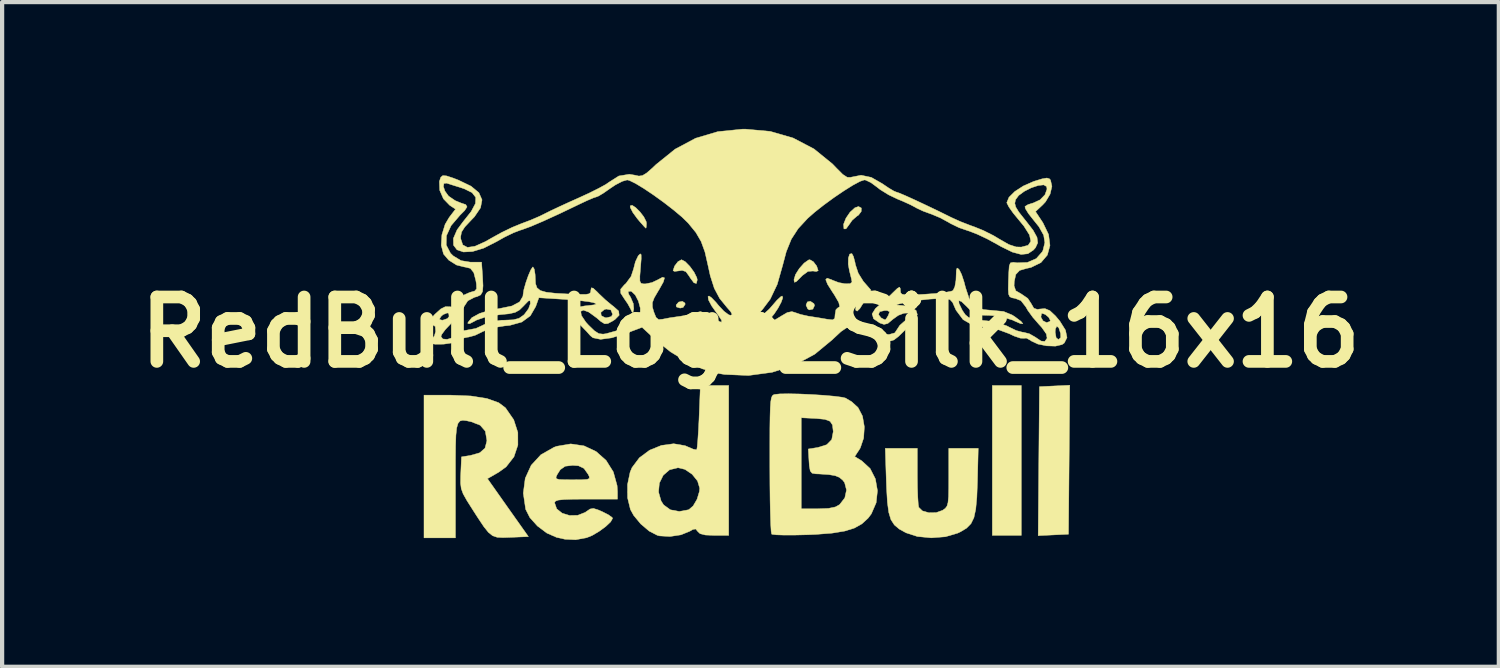
<source format=kicad_pcb>
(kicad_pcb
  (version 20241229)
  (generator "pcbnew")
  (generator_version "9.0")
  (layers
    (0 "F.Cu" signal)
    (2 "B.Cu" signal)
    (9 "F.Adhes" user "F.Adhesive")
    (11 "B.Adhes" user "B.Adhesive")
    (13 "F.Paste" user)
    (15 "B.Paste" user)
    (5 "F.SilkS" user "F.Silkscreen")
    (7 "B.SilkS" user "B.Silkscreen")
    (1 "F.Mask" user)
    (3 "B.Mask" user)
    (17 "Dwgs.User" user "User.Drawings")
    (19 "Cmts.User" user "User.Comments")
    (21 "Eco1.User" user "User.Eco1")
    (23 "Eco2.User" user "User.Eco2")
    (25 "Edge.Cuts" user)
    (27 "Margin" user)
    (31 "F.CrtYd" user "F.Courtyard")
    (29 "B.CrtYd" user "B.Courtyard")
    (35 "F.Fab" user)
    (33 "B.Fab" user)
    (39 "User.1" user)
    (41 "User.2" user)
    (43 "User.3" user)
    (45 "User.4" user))
  (footprint "RedBull_Logo_Silk_16x16"
    (layer "F.Cu")
    (at 14.703 4.81)
    (property "Reference" "RedBull_Logo_Silk_16x16" (at 0 0 0) (layer "F.SilkS") (effects (font (size 1.524 1.524) (thickness 0.3))))
    (attr through_hole)
    (fp_poly (pts (xy 6.407 4.805) (xy 5.721 4.805) (xy 5.721 1.259) (xy 6.407 1.259) (xy 6.407 4.805)) (stroke (width 0.01) (type solid)) (fill yes) (layer "F.SilkS"))
    (fp_poly (pts (xy -1.55 -0.692) (xy -1.545 -0.662) (xy -1.593 -0.588) (xy -1.664 -0.572) (xy -1.751 -0.599) (xy -1.759 -0.644) (xy -1.698 -0.715) (xy -1.611 -0.732) (xy -1.55 -0.692)) (stroke (width 0.01) (type solid)) (fill yes) (layer "F.SilkS"))
    (fp_poly (pts (xy 1.501 -0.678) (xy 1.516 -0.633) (xy 1.476 -0.548) (xy 1.394 -0.529) (xy 1.355 -0.552) (xy 1.314 -0.643) (xy 1.346 -0.718) (xy 1.416 -0.733) (xy 1.501 -0.678)) (stroke (width 0.01) (type solid)) (fill yes) (layer "F.SilkS"))
    (fp_poly (pts (xy 7.538 3.015) (xy 7.523 4.777) (xy 7.164 4.794) (xy 6.806 4.811) (xy 6.821 3.049) (xy 6.836 1.287) (xy 7.195 1.27) (xy 7.553 1.253) (xy 7.538 3.015)) (stroke (width 0.01) (type solid)) (fill yes) (layer "F.SilkS"))
    (fp_poly (pts (xy -2.714 -2.948) (xy -2.614 -2.848) (xy -2.524 -2.731) (xy -2.468 -2.621) (xy -2.46 -2.579) (xy -2.466 -2.484) (xy -2.474 -2.461) (xy -2.515 -2.502) (xy -2.606 -2.604) (xy -2.679 -2.691) (xy -2.783 -2.834) (xy -2.841 -2.948) (xy -2.846 -2.99) (xy -2.799 -3.004) (xy -2.714 -2.948)) (stroke (width 0.01) (type solid)) (fill yes) (layer "F.SilkS"))
    (fp_poly (pts (xy 2.623 -2.939) (xy 2.62 -2.857) (xy 2.555 -2.771) (xy 2.518 -2.747) (xy 2.407 -2.651) (xy 2.326 -2.536) (xy 2.26 -2.447) (xy 2.211 -2.445) (xy 2.211 -2.447) (xy 2.202 -2.555) (xy 2.259 -2.699) (xy 2.356 -2.841) (xy 2.47 -2.945) (xy 2.556 -2.975) (xy 2.623 -2.939)) (stroke (width 0.01) (type solid)) (fill yes) (layer "F.SilkS"))
    (fp_poly (pts (xy -1.544 -1.671) (xy -1.435 -1.56) (xy -1.334 -1.421) (xy -1.269 -1.291) (xy -1.259 -1.239) (xy -1.28 -1.154) (xy -1.338 -1.171) (xy -1.425 -1.287) (xy -1.443 -1.318) (xy -1.527 -1.434) (xy -1.617 -1.465) (xy -1.686 -1.454) (xy -1.793 -1.44) (xy -1.831 -1.456) (xy -1.795 -1.566) (xy -1.716 -1.67) (xy -1.632 -1.716) (xy -1.631 -1.716) (xy -1.544 -1.671)) (stroke (width 0.01) (type solid)) (fill yes) (layer "F.SilkS"))
    (fp_poly (pts (xy 1.487 -1.67) (xy 1.566 -1.567) (xy 1.602 -1.458) (xy 1.602 -1.456) (xy 1.556 -1.438) (xy 1.479 -1.449) (xy 1.36 -1.44) (xy 1.227 -1.342) (xy 1.193 -1.307) (xy 1.091 -1.204) (xy 1.043 -1.181) (xy 1.03 -1.231) (xy 1.03 -1.248) (xy 1.066 -1.367) (xy 1.156 -1.509) (xy 1.269 -1.636) (xy 1.374 -1.71) (xy 1.405 -1.716) (xy 1.487 -1.67)) (stroke (width 0.01) (type solid)) (fill yes) (layer "F.SilkS"))
    (fp_poly (pts (xy 3.947 3.399) (xy 3.95 3.668) (xy 3.958 3.9) (xy 3.969 4.068) (xy 3.981 4.141) (xy 4.068 4.226) (xy 4.22 4.269) (xy 4.394 4.266) (xy 4.547 4.211) (xy 4.548 4.21) (xy 4.609 4.166) (xy 4.649 4.112) (xy 4.673 4.027) (xy 4.686 3.89) (xy 4.69 3.678) (xy 4.691 3.431) (xy 4.691 2.746) (xy 5.388 2.746) (xy 5.369 3.535) (xy 5.355 3.907) (xy 5.329 4.184) (xy 5.286 4.385) (xy 5.216 4.528) (xy 5.112 4.634) (xy 4.969 4.72) (xy 4.901 4.752) (xy 4.611 4.837) (xy 4.277 4.863) (xy 3.948 4.831) (xy 3.68 4.744) (xy 3.52 4.656) (xy 3.404 4.558) (xy 3.323 4.433) (xy 3.271 4.26) (xy 3.239 4.02) (xy 3.22 3.692) (xy 3.214 3.533) (xy 3.189 2.746) (xy 3.947 2.746) (xy 3.947 3.399)) (stroke (width 0.01) (type solid)) (fill yes) (layer "F.SilkS"))
    (fp_poly (pts (xy -6.617 1.507) (xy -6.235 1.567) (xy -5.955 1.667) (xy -5.796 1.787) (xy -5.6 2.07) (xy -5.503 2.37) (xy -5.502 2.668) (xy -5.595 2.946) (xy -5.78 3.183) (xy -5.957 3.311) (xy -6.222 3.463) (xy -5.738 4.149) (xy -5.253 4.834) (xy -5.669 4.851) (xy -5.855 4.857) (xy -5.992 4.85) (xy -6.1 4.813) (xy -6.199 4.734) (xy -6.308 4.598) (xy -6.447 4.39) (xy -6.571 4.197) (xy -6.709 3.979) (xy -6.796 3.824) (xy -6.842 3.698) (xy -6.858 3.568) (xy -6.856 3.4) (xy -6.853 3.34) (xy -6.836 2.948) (xy -6.625 2.914) (xy -6.404 2.851) (xy -6.28 2.742) (xy -6.236 2.573) (xy -6.236 2.55) (xy -6.273 2.339) (xy -6.394 2.199) (xy -6.602 2.118) (xy -6.717 2.092) (xy -6.806 2.082) (xy -6.872 2.099) (xy -6.919 2.156) (xy -6.95 2.265) (xy -6.968 2.439) (xy -6.976 2.689) (xy -6.979 3.029) (xy -6.979 3.47) (xy -6.979 3.496) (xy -6.979 4.863) (xy -7.723 4.863) (xy -7.723 1.487) (xy -7.104 1.487) (xy -6.617 1.507)) (stroke (width 0.01) (type solid)) (fill yes) (layer "F.SilkS"))
    (fp_poly (pts (xy -0.515 4.805) (xy -0.855 4.805) (xy -1.069 4.796) (xy -1.193 4.764) (xy -1.247 4.713) (xy -1.296 4.653) (xy -1.364 4.665) (xy -1.436 4.707) (xy -1.646 4.792) (xy -1.903 4.831) (xy -2.149 4.817) (xy -2.204 4.803) (xy -2.397 4.703) (xy -2.596 4.534) (xy -2.763 4.332) (xy -2.84 4.192) (xy -2.907 3.917) (xy -2.908 3.779) (xy -2.175 3.779) (xy -2.114 3.991) (xy -2.055 4.083) (xy -1.896 4.199) (xy -1.684 4.239) (xy -1.461 4.198) (xy -1.356 4.108) (xy -1.263 3.949) (xy -1.208 3.766) (xy -1.201 3.688) (xy -1.252 3.518) (xy -1.38 3.359) (xy -1.551 3.243) (xy -1.714 3.204) (xy -1.914 3.253) (xy -2.064 3.383) (xy -2.155 3.567) (xy -2.175 3.779) (xy -2.908 3.779) (xy -2.909 3.604) (xy -2.847 3.309) (xy -2.802 3.201) (xy -2.628 2.969) (xy -2.387 2.79) (xy -2.106 2.676) (xy -1.816 2.637) (xy -1.546 2.683) (xy -1.484 2.71) (xy -1.356 2.765) (xy -1.277 2.781) (xy -1.271 2.778) (xy -1.26 2.714) (xy -1.246 2.558) (xy -1.231 2.332) (xy -1.217 2.059) (xy -1.215 2.005) (xy -1.185 1.259) (xy -0.515 1.259) (xy -0.515 4.805)) (stroke (width 0.01) (type solid)) (fill yes) (layer "F.SilkS"))
    (fp_poly (pts (xy -3.937 2.687) (xy -3.652 2.821) (xy -3.415 3.031) (xy -3.244 3.304) (xy -3.155 3.627) (xy -3.146 3.768) (xy -3.146 3.947) (xy -3.89 3.947) (xy -4.2 3.949) (xy -4.412 3.956) (xy -4.544 3.97) (xy -4.612 3.994) (xy -4.634 4.028) (xy -4.634 4.033) (xy -4.584 4.177) (xy -4.455 4.28) (xy -4.279 4.334) (xy -4.086 4.33) (xy -3.908 4.26) (xy -3.884 4.242) (xy -3.794 4.181) (xy -3.716 4.167) (xy -3.606 4.201) (xy -3.504 4.245) (xy -3.36 4.318) (xy -3.273 4.381) (xy -3.261 4.401) (xy -3.307 4.484) (xy -3.424 4.595) (xy -3.581 4.71) (xy -3.747 4.808) (xy -3.874 4.859) (xy -4.135 4.908) (xy -4.389 4.896) (xy -4.586 4.852) (xy -4.818 4.75) (xy -5.04 4.583) (xy -5.219 4.384) (xy -5.318 4.188) (xy -5.374 3.806) (xy -5.328 3.454) (xy -5.315 3.426) (xy -4.6 3.426) (xy -4.592 3.464) (xy -4.524 3.483) (xy -4.377 3.489) (xy -4.205 3.49) (xy -3.986 3.488) (xy -3.862 3.48) (xy -3.811 3.457) (xy -3.814 3.412) (xy -3.839 3.361) (xy -3.939 3.22) (xy -4.069 3.158) (xy -4.205 3.148) (xy -4.384 3.169) (xy -4.5 3.251) (xy -4.57 3.361) (xy -4.6 3.426) (xy -5.315 3.426) (xy -5.188 3.147) (xy -4.959 2.898) (xy -4.648 2.721) (xy -4.582 2.697) (xy -4.253 2.641) (xy -3.937 2.687)) (stroke (width 0.01) (type solid)) (fill yes) (layer "F.SilkS"))
    (fp_poly (pts (xy 1.163 1.46) (xy 1.45 1.473) (xy 1.732 1.491) (xy 1.981 1.513) (xy 2.167 1.537) (xy 2.247 1.556) (xy 2.392 1.642) (xy 2.534 1.771) (xy 2.547 1.785) (xy 2.65 1.984) (xy 2.694 2.238) (xy 2.677 2.503) (xy 2.599 2.734) (xy 2.577 2.771) (xy 2.466 2.94) (xy 2.632 3.041) (xy 2.83 3.223) (xy 2.955 3.468) (xy 3.004 3.748) (xy 2.973 4.033) (xy 2.859 4.296) (xy 2.782 4.398) (xy 2.636 4.532) (xy 2.458 4.632) (xy 2.229 4.703) (xy 1.929 4.752) (xy 1.543 4.782) (xy 1.351 4.79) (xy 1.057 4.797) (xy 0.805 4.798) (xy 0.616 4.792) (xy 0.513 4.78) (xy 0.501 4.774) (xy 0.489 4.707) (xy 0.479 4.541) (xy 0.471 4.29) (xy 0.468 4.176) (xy 1.201 4.176) (xy 1.595 4.176) (xy 1.846 4.166) (xy 2.012 4.131) (xy 2.11 4.076) (xy 2.232 3.917) (xy 2.272 3.731) (xy 2.227 3.557) (xy 2.18 3.496) (xy 2.102 3.432) (xy 2.003 3.392) (xy 1.854 3.367) (xy 1.627 3.352) (xy 1.545 3.349) (xy 1.459 3.334) (xy 1.414 3.281) (xy 1.392 3.159) (xy 1.385 3.052) (xy 1.368 2.761) (xy 1.592 2.726) (xy 1.804 2.66) (xy 1.922 2.54) (xy 1.958 2.352) (xy 1.957 2.336) (xy 1.94 2.192) (xy 1.883 2.106) (xy 1.762 2.06) (xy 1.553 2.039) (xy 1.525 2.038) (xy 1.201 2.022) (xy 1.201 4.176) (xy 0.468 4.176) (xy 0.464 3.97) (xy 0.46 3.595) (xy 0.458 3.181) (xy 0.458 3.115) (xy 0.458 2.643) (xy 0.459 2.273) (xy 0.463 1.993) (xy 0.469 1.788) (xy 0.479 1.648) (xy 0.494 1.558) (xy 0.514 1.507) (xy 0.541 1.482) (xy 0.572 1.471) (xy 0.695 1.458) (xy 0.901 1.455) (xy 1.163 1.46)) (stroke (width 0.01) (type solid)) (fill yes) (layer "F.SilkS"))
    (fp_poly (pts (xy 0.468 -4.752) (xy 1.01 -4.595) (xy 1.503 -4.337) (xy 1.94 -3.982) (xy 2.037 -3.881) (xy 2.184 -3.734) (xy 2.289 -3.666) (xy 2.373 -3.665) (xy 2.38 -3.668) (xy 2.617 -3.715) (xy 2.858 -3.664) (xy 3.114 -3.518) (xy 3.271 -3.412) (xy 3.394 -3.339) (xy 3.446 -3.318) (xy 3.517 -3.294) (xy 3.671 -3.229) (xy 3.887 -3.131) (xy 4.145 -3.01) (xy 4.426 -2.876) (xy 4.708 -2.737) (xy 4.748 -2.717) (xy 4.967 -2.618) (xy 5.212 -2.523) (xy 5.295 -2.494) (xy 5.508 -2.408) (xy 5.749 -2.287) (xy 5.896 -2.199) (xy 6.113 -2.075) (xy 6.284 -2.019) (xy 6.407 -2.015) (xy 6.569 -2.058) (xy 6.633 -2.153) (xy 6.6 -2.304) (xy 6.469 -2.511) (xy 6.353 -2.652) (xy 6.214 -2.821) (xy 6.112 -2.966) (xy 6.065 -3.06) (xy 6.064 -3.068) (xy 6.115 -3.193) (xy 6.253 -3.33) (xy 6.454 -3.46) (xy 6.694 -3.566) (xy 6.712 -3.572) (xy 6.901 -3.63) (xy 7.012 -3.649) (xy 7.073 -3.63) (xy 7.098 -3.6) (xy 7.131 -3.453) (xy 7.088 -3.269) (xy 6.98 -3.086) (xy 6.914 -3.015) (xy 6.743 -2.855) (xy 6.918 -2.591) (xy 7.052 -2.313) (xy 7.085 -2.053) (xy 7.023 -1.826) (xy 6.871 -1.648) (xy 6.635 -1.533) (xy 6.533 -1.511) (xy 6.367 -1.463) (xy 6.276 -1.367) (xy 6.24 -1.197) (xy 6.236 -1.098) (xy 6.276 -0.982) (xy 6.402 -0.909) (xy 6.56 -0.801) (xy 6.637 -0.683) (xy 6.704 -0.568) (xy 6.789 -0.54) (xy 6.839 -0.549) (xy 6.966 -0.56) (xy 7.083 -0.511) (xy 7.215 -0.387) (xy 7.318 -0.264) (xy 7.452 -0.05) (xy 7.488 0.125) (xy 7.424 0.253) (xy 7.371 0.291) (xy 7.214 0.328) (xy 7.006 0.321) (xy 6.799 0.279) (xy 6.644 0.206) (xy 6.63 0.194) (xy 6.528 0.138) (xy 6.466 0.142) (xy 6.384 0.139) (xy 6.24 0.09) (xy 6.12 0.033) (xy 5.784 -0.091) (xy 5.571 -0.114) (xy 5.269 -0.162) (xy 5.029 -0.3) (xy 4.863 -0.522) (xy 4.84 -0.573) (xy 4.782 -0.706) (xy 4.72 -0.773) (xy 4.616 -0.796) (xy 4.448 -0.797) (xy 4.229 -0.784) (xy 3.961 -0.753) (xy 3.747 -0.718) (xy 3.552 -0.679) (xy 3.462 -0.656) (xy 3.467 -0.643) (xy 3.561 -0.636) (xy 3.578 -0.636) (xy 3.793 -0.601) (xy 3.918 -0.515) (xy 3.947 -0.42) (xy 3.91 -0.346) (xy 3.81 -0.219) (xy 3.67 -0.066) (xy 3.659 -0.055) (xy 3.503 0.097) (xy 3.394 0.181) (xy 3.304 0.21) (xy 3.203 0.201) (xy 3.187 0.198) (xy 3.019 0.151) (xy 2.796 0.075) (xy 2.565 -0.014) (xy 2.377 -0.096) (xy 2.346 -0.111) (xy 2.268 -0.103) (xy 2.142 -0.017) (xy 1.958 0.154) (xy 1.936 0.176) (xy 1.52 0.519) (xy 1.04 0.778) (xy 0.512 0.947) (xy -0.045 1.022) (xy -0.613 0.998) (xy -0.798 0.967) (xy -1.145 0.863) (xy -1.521 0.688) (xy -1.888 0.465) (xy -2.207 0.213) (xy -2.213 0.208) (xy -2.564 -0.117) (xy -2.948 0.027) (xy -3.285 0.132) (xy -3.546 0.167) (xy -3.726 0.13) (xy -3.788 0.08) (xy -3.877 -0.02) (xy -4.001 -0.148) (xy -4.024 -0.17) (xy -4.148 -0.34) (xy -4.167 -0.465) (xy -4.14 -0.548) (xy -4.069 -0.595) (xy -3.923 -0.623) (xy -3.861 -0.629) (xy -3.703 -0.648) (xy -3.648 -0.667) (xy -3.683 -0.69) (xy -3.718 -0.702) (xy -3.836 -0.725) (xy -4.035 -0.749) (xy -4.283 -0.771) (xy -4.434 -0.781) (xy -5.006 -0.817) (xy -5.08 -0.61) (xy -5.208 -0.389) (xy -5.409 -0.242) (xy -5.694 -0.163) (xy -5.815 -0.151) (xy -6.102 -0.105) (xy -6.333 -0.018) (xy -6.352 -0.007) (xy -6.517 0.073) (xy -6.67 0.114) (xy -6.693 0.116) (xy -6.853 0.152) (xy -6.947 0.202) (xy -7.075 0.254) (xy -7.258 0.281) (xy -7.454 0.283) (xy -7.621 0.258) (xy -7.715 0.21) (xy -7.751 0.083) (xy -7.745 0.06) (xy -7.607 0.06) (xy -7.588 0.147) (xy -7.537 0.158) (xy -7.485 0.097) (xy -7.323 0.097) (xy -7.279 0.158) (xy -7.175 0.168) (xy -7.05 0.13) (xy -6.951 0.057) (xy -6.805 -0.033) (xy -6.67 -0.058) (xy -6.497 -0.09) (xy -6.325 -0.169) (xy -6.321 -0.172) (xy -6.135 -0.253) (xy -5.884 -0.285) (xy -5.818 -0.286) (xy -5.611 -0.295) (xy -5.475 -0.33) (xy -5.369 -0.404) (xy -5.346 -0.426) (xy -5.25 -0.556) (xy -5.206 -0.678) (xy -5.206 -0.685) (xy -5.214 -0.749) (xy -5.253 -0.741) (xy -5.34 -0.652) (xy -5.365 -0.625) (xy -5.464 -0.528) (xy -5.567 -0.47) (xy -5.714 -0.437) (xy -5.923 -0.417) (xy -6.244 -0.37) (xy -6.484 -0.287) (xy -6.515 -0.269) (xy -6.64 -0.204) (xy -6.686 -0.208) (xy -6.682 -0.233) (xy -6.591 -0.345) (xy -6.408 -0.445) (xy -6.156 -0.524) (xy -5.927 -0.563) (xy -5.642 -0.622) (xy -5.461 -0.718) (xy -5.383 -0.852) (xy -5.379 -0.891) (xy -5.36 -1.01) (xy -5.314 -1.172) (xy -5.256 -1.338) (xy -5.198 -1.473) (xy -5.153 -1.542) (xy -5.146 -1.545) (xy -5.114 -1.493) (xy -5.094 -1.364) (xy -5.091 -1.286) (xy -5.084 -1.148) (xy -5.05 -1.052) (xy -4.971 -0.987) (xy -4.831 -0.947) (xy -4.611 -0.922) (xy -4.305 -0.905) (xy -4.057 -0.895) (xy -3.901 -0.895) (xy -3.817 -0.91) (xy -3.782 -0.943) (xy -3.776 -0.995) (xy -3.765 -1.052) (xy -3.721 -1.042) (xy -3.626 -0.955) (xy -3.585 -0.912) (xy -3.433 -0.768) (xy -3.283 -0.643) (xy -3.241 -0.612) (xy -3.118 -0.502) (xy -3.106 -0.403) (xy -3.205 -0.302) (xy -3.263 -0.265) (xy -3.372 -0.207) (xy -3.449 -0.2) (xy -3.539 -0.255) (xy -3.636 -0.339) (xy -3.813 -0.469) (xy -3.54 -0.469) (xy -3.53 -0.392) (xy -3.437 -0.345) (xy -3.404 -0.343) (xy -3.29 -0.372) (xy -3.261 -0.426) (xy -3.303 -0.529) (xy -3.411 -0.55) (xy -3.456 -0.538) (xy -3.54 -0.469) (xy -3.813 -0.469) (xy -3.822 -0.476) (xy -3.952 -0.524) (xy -4.015 -0.495) (xy -4 -0.397) (xy -3.896 -0.241) (xy -3.832 -0.17) (xy -3.691 -0.034) (xy -3.588 0.032) (xy -3.487 0.044) (xy -3.417 0.034) (xy -3.166 -0.036) (xy -2.932 -0.139) (xy -2.743 -0.259) (xy -2.628 -0.381) (xy -2.609 -0.425) (xy -2.606 -0.572) (xy -2.651 -0.737) (xy -2.725 -0.881) (xy -2.812 -0.965) (xy -2.845 -0.973) (xy -2.896 -0.959) (xy -2.88 -0.9) (xy -2.835 -0.826) (xy -2.772 -0.679) (xy -2.761 -0.554) (xy -2.781 -0.466) (xy -2.807 -0.488) (xy -2.831 -0.543) (xy -2.903 -0.675) (xy -2.985 -0.794) (xy -3.069 -0.924) (xy -3.071 -1.019) (xy -2.984 -1.121) (xy -2.945 -1.156) (xy -2.824 -1.321) (xy -2.766 -1.497) (xy -2.722 -1.668) (xy -2.658 -1.803) (xy -2.649 -1.815) (xy -2.607 -1.856) (xy -2.586 -1.836) (xy -2.585 -1.736) (xy -2.6 -1.541) (xy -2.601 -1.53) (xy -2.617 -1.326) (xy -2.616 -1.211) (xy -2.59 -1.159) (xy -2.531 -1.145) (xy -2.488 -1.144) (xy -2.33 -1.176) (xy -2.199 -1.238) (xy -2.079 -1.302) (xy -2.033 -1.287) (xy -2.061 -1.19) (xy -2.162 -1.009) (xy -2.178 -0.984) (xy -2.277 -0.815) (xy -2.321 -0.7) (xy -2.319 -0.596) (xy -2.288 -0.485) (xy -2.234 -0.35) (xy -2.172 -0.3) (xy -2.07 -0.31) (xy -2.068 -0.311) (xy -1.914 -0.341) (xy -1.717 -0.37) (xy -1.659 -0.378) (xy -1.472 -0.41) (xy -1.317 -0.452) (xy -1.282 -0.466) (xy -1.182 -0.489) (xy -1.065 -0.45) (xy -0.945 -0.376) (xy -0.773 -0.269) (xy -0.686 -0.237) (xy -0.682 -0.283) (xy -0.762 -0.405) (xy -0.791 -0.443) (xy -0.918 -0.624) (xy -0.992 -0.763) (xy -1.004 -0.845) (xy -0.98 -0.858) (xy -0.921 -0.817) (xy -0.82 -0.712) (xy -0.751 -0.629) (xy -0.628 -0.498) (xy -0.517 -0.415) (xy -0.472 -0.4) (xy -0.459 -0.407) (xy 0.206 -0.407) (xy 0.242 -0.4) (xy 0.328 -0.443) (xy 0.446 -0.55) (xy 0.515 -0.629) (xy 0.628 -0.76) (xy 0.719 -0.843) (xy 0.75 -0.858) (xy 0.764 -0.816) (xy 0.727 -0.712) (xy 0.654 -0.574) (xy 0.561 -0.434) (xy 0.498 -0.358) (xy 0.429 -0.264) (xy 0.445 -0.234) (xy 0.537 -0.267) (xy 0.696 -0.363) (xy 0.716 -0.376) (xy 0.871 -0.467) (xy 0.98 -0.489) (xy 1.053 -0.467) (xy 1.189 -0.421) (xy 1.368 -0.381) (xy 1.402 -0.376) (xy 1.606 -0.344) (xy 1.799 -0.311) (xy 1.816 -0.308) (xy 1.943 -0.293) (xy 1.994 -0.328) (xy 2.002 -0.423) (xy 2.021 -0.533) (xy 2.059 -0.572) (xy 2.112 -0.605) (xy 2.088 -0.707) (xy 1.986 -0.883) (xy 1.945 -0.944) (xy 1.824 -1.135) (xy 1.78 -1.246) (xy 1.813 -1.28) (xy 1.923 -1.241) (xy 1.942 -1.231) (xy 2.089 -1.175) (xy 2.24 -1.147) (xy 2.357 -1.15) (xy 2.402 -1.187) (xy 2.388 -1.265) (xy 2.353 -1.406) (xy 2.342 -1.446) (xy 2.313 -1.611) (xy 2.316 -1.756) (xy 2.347 -1.85) (xy 2.399 -1.861) (xy 2.436 -1.792) (xy 2.473 -1.653) (xy 2.481 -1.605) (xy 2.55 -1.397) (xy 2.671 -1.202) (xy 2.683 -1.189) (xy 2.847 -1.001) (xy 2.685 -0.718) (xy 2.587 -0.561) (xy 2.524 -0.5) (xy 2.488 -0.524) (xy 2.487 -0.527) (xy 2.491 -0.638) (xy 2.549 -0.769) (xy 2.606 -0.89) (xy 2.602 -0.96) (xy 2.551 -0.958) (xy 2.481 -0.887) (xy 2.371 -0.654) (xy 2.36 -0.413) (xy 2.367 -0.38) (xy 2.427 -0.28) (xy 2.565 -0.182) (xy 2.749 -0.094) (xy 3.052 0.018) (xy 3.275 0.054) (xy 3.414 0.015) (xy 3.459 -0.052) (xy 3.532 -0.163) (xy 3.635 -0.254) (xy 3.736 -0.337) (xy 3.776 -0.402) (xy 3.734 -0.455) (xy 3.63 -0.451) (xy 3.497 -0.4) (xy 3.367 -0.307) (xy 3.365 -0.305) (xy 3.249 -0.208) (xy 3.159 -0.186) (xy 3.06 -0.219) (xy 2.912 -0.32) (xy 2.883 -0.419) (xy 3.028 -0.419) (xy 3.092 -0.339) (xy 3.187 -0.291) (xy 3.22 -0.33) (xy 3.261 -0.4) (xy 3.291 -0.484) (xy 3.239 -0.513) (xy 3.177 -0.515) (xy 3.056 -0.487) (xy 3.028 -0.419) (xy 2.883 -0.419) (xy 2.878 -0.435) (xy 2.957 -0.563) (xy 3.008 -0.607) (xy 3.158 -0.736) (xy 3.323 -0.89) (xy 3.36 -0.927) (xy 3.473 -1.036) (xy 3.527 -1.068) (xy 3.545 -1.031) (xy 3.546 -0.992) (xy 3.552 -0.937) (xy 3.58 -0.903) (xy 3.653 -0.886) (xy 3.79 -0.884) (xy 4.013 -0.893) (xy 4.133 -0.9) (xy 4.386 -0.918) (xy 4.6 -0.942) (xy 4.745 -0.969) (xy 4.791 -0.987) (xy 4.834 -1.075) (xy 4.861 -1.23) (xy 4.864 -1.308) (xy 4.87 -1.463) (xy 4.887 -1.52) (xy 4.924 -1.496) (xy 4.941 -1.475) (xy 4.995 -1.366) (xy 5.053 -1.19) (xy 5.086 -1.062) (xy 5.174 -0.795) (xy 5.309 -0.625) (xy 5.508 -0.537) (xy 5.744 -0.515) (xy 5.987 -0.492) (xy 6.189 -0.409) (xy 6.255 -0.367) (xy 6.4 -0.258) (xy 6.444 -0.203) (xy 6.39 -0.205) (xy 6.241 -0.269) (xy 6.205 -0.287) (xy 5.904 -0.381) (xy 5.645 -0.4) (xy 5.448 -0.406) (xy 5.32 -0.435) (xy 5.217 -0.506) (xy 5.113 -0.612) (xy 4.991 -0.728) (xy 4.929 -0.749) (xy 4.933 -0.682) (xy 5.006 -0.53) (xy 5.019 -0.507) (xy 5.083 -0.414) (xy 5.159 -0.352) (xy 5.275 -0.313) (xy 5.458 -0.284) (xy 5.642 -0.265) (xy 5.858 -0.223) (xy 6.062 -0.152) (xy 6.128 -0.118) (xy 6.289 -0.04) (xy 6.436 -0.001) (xy 6.455 -0.000214) (xy 6.596 0.035) (xy 6.735 0.114) (xy 6.875 0.208) (xy 6.962 0.217) (xy 7.016 0.142) (xy 7.017 0.139) (xy 6.998 0.037) (xy 6.97 -0.003) (xy 7.208 -0.003) (xy 7.231 0.13) (xy 7.286 0.172) (xy 7.34 0.127) (xy 7.336 0.028) (xy 7.294 -0.105) (xy 7.247 -0.143) (xy 7.214 -0.081) (xy 7.208 -0.003) (xy 6.97 -0.003) (xy 6.889 -0.117) (xy 6.822 -0.19) (xy 6.679 -0.355) (xy 6.676 -0.359) (xy 6.87 -0.359) (xy 6.92 -0.271) (xy 7.005 -0.229) (xy 7.006 -0.229) (xy 7.083 -0.256) (xy 7.094 -0.279) (xy 7.056 -0.353) (xy 6.976 -0.421) (xy 6.901 -0.447) (xy 6.885 -0.44) (xy 6.87 -0.359) (xy 6.676 -0.359) (xy 6.56 -0.519) (xy 6.514 -0.6) (xy 6.399 -0.748) (xy 6.264 -0.801) (xy 6.184 -0.816) (xy 6.133 -0.842) (xy 6.106 -0.902) (xy 6.098 -1.016) (xy 6.102 -1.207) (xy 6.11 -1.408) (xy 6.121 -1.568) (xy 6.149 -1.641) (xy 6.219 -1.655) (xy 6.307 -1.643) (xy 6.552 -1.652) (xy 6.761 -1.743) (xy 6.903 -1.904) (xy 6.919 -1.937) (xy 6.964 -2.12) (xy 6.936 -2.297) (xy 6.825 -2.495) (xy 6.692 -2.661) (xy 6.576 -2.808) (xy 6.505 -2.923) (xy 6.493 -2.975) (xy 6.565 -3.02) (xy 6.696 -3.061) (xy 6.851 -3.133) (xy 6.967 -3.253) (xy 7.015 -3.387) (xy 7.005 -3.447) (xy 6.937 -3.487) (xy 6.806 -3.472) (xy 6.643 -3.418) (xy 6.479 -3.335) (xy 6.345 -3.237) (xy 6.27 -3.136) (xy 6.27 -3.136) (xy 6.253 -3.051) (xy 6.275 -2.963) (xy 6.347 -2.845) (xy 6.483 -2.673) (xy 6.513 -2.636) (xy 6.686 -2.413) (xy 6.778 -2.246) (xy 6.795 -2.115) (xy 6.742 -2) (xy 6.693 -1.945) (xy 6.563 -1.858) (xy 6.403 -1.841) (xy 6.197 -1.896) (xy 5.929 -2.027) (xy 5.831 -2.083) (xy 5.598 -2.21) (xy 5.366 -2.319) (xy 5.179 -2.392) (xy 5.146 -2.402) (xy 4.934 -2.475) (xy 4.73 -2.574) (xy 4.691 -2.598) (xy 4.495 -2.705) (xy 4.283 -2.794) (xy 4.262 -2.801) (xy 4.082 -2.867) (xy 3.929 -2.939) (xy 3.906 -2.953) (xy 3.781 -3.019) (xy 3.598 -3.102) (xy 3.481 -3.15) (xy 3.269 -3.251) (xy 3.069 -3.375) (xy 2.991 -3.436) (xy 2.85 -3.54) (xy 2.726 -3.599) (xy 2.694 -3.604) (xy 2.592 -3.57) (xy 2.424 -3.48) (xy 2.21 -3.346) (xy 1.974 -3.186) (xy 1.736 -3.012) (xy 1.519 -2.841) (xy 1.354 -2.696) (xy 1.129 -2.453) (xy 0.966 -2.202) (xy 0.847 -1.907) (xy 0.762 -1.586) (xy 0.634 -1.135) (xy 0.467 -0.783) (xy 0.298 -0.558) (xy 0.211 -0.454) (xy 0.206 -0.407) (xy -0.459 -0.407) (xy -0.432 -0.421) (xy -0.47 -0.491) (xy -0.554 -0.586) (xy -0.729 -0.801) (xy -0.856 -1.04) (xy -0.951 -1.337) (xy -1.004 -1.579) (xy -1.077 -1.9) (xy -1.167 -2.147) (xy -1.291 -2.36) (xy -1.47 -2.579) (xy -1.474 -2.584) (xy -1.62 -2.726) (xy -1.819 -2.893) (xy -2.05 -3.072) (xy -2.291 -3.246) (xy -2.522 -3.401) (xy -2.72 -3.521) (xy -2.865 -3.592) (xy -2.917 -3.604) (xy -3.032 -3.571) (xy -3.194 -3.487) (xy -3.318 -3.404) (xy -3.472 -3.296) (xy -3.591 -3.224) (xy -3.64 -3.204) (xy -3.714 -3.18) (xy -3.858 -3.119) (xy -4.033 -3.037) (xy -4.515 -2.806) (xy -4.902 -2.629) (xy -5.197 -2.503) (xy -5.404 -2.427) (xy -5.448 -2.414) (xy -5.608 -2.353) (xy -5.816 -2.252) (xy -6.008 -2.144) (xy -6.311 -1.99) (xy -6.575 -1.91) (xy -6.789 -1.899) (xy -6.942 -1.951) (xy -7.025 -2.06) (xy -7.028 -2.22) (xy -6.94 -2.424) (xy -6.802 -2.61) (xy -6.607 -2.856) (xy -6.506 -3.046) (xy -6.499 -3.191) (xy -6.586 -3.303) (xy -6.77 -3.394) (xy -6.872 -3.428) (xy -7.037 -3.479) (xy -7.163 -3.52) (xy -7.185 -3.528) (xy -7.252 -3.521) (xy -7.264 -3.448) (xy -7.228 -3.34) (xy -7.148 -3.229) (xy -7.137 -3.218) (xy -6.987 -3.115) (xy -6.851 -3.059) (xy -6.735 -3.02) (xy -6.705 -2.967) (xy -6.761 -2.88) (xy -6.87 -2.771) (xy -7.082 -2.523) (xy -7.192 -2.284) (xy -7.197 -2.064) (xy -7.097 -1.871) (xy -7.032 -1.807) (xy -6.847 -1.695) (xy -6.628 -1.659) (xy -6.608 -1.659) (xy -6.361 -1.659) (xy -6.338 -1.33) (xy -6.327 -1.102) (xy -6.338 -0.962) (xy -6.382 -0.884) (xy -6.469 -0.843) (xy -6.528 -0.828) (xy -6.687 -0.744) (xy -6.774 -0.61) (xy -6.86 -0.466) (xy -6.997 -0.297) (xy -7.087 -0.203) (xy -7.216 -0.067) (xy -7.301 0.047) (xy -7.323 0.097) (xy -7.485 0.097) (xy -7.478 0.089) (xy -7.447 -0.019) (xy -7.457 -0.136) (xy -7.504 -0.17) (xy -7.563 -0.106) (xy -7.574 -0.081) (xy -7.607 0.06) (xy -7.745 0.06) (xy -7.705 -0.09) (xy -7.587 -0.286) (xy -7.571 -0.305) (xy -7.36 -0.305) (xy -7.299 -0.286) (xy -7.278 -0.286) (xy -7.169 -0.324) (xy -7.13 -0.372) (xy -7.138 -0.446) (xy -7.174 -0.458) (xy -7.273 -0.417) (xy -7.323 -0.372) (xy -7.36 -0.305) (xy -7.571 -0.305) (xy -7.467 -0.424) (xy -7.325 -0.552) (xy -7.217 -0.606) (xy -7.106 -0.603) (xy -7.095 -0.601) (xy -6.977 -0.591) (xy -6.911 -0.65) (xy -6.876 -0.735) (xy -6.786 -0.878) (xy -6.637 -0.944) (xy -6.524 -0.975) (xy -6.479 -1.028) (xy -6.483 -1.14) (xy -6.496 -1.221) (xy -6.546 -1.412) (xy -6.626 -1.512) (xy -6.757 -1.544) (xy -6.768 -1.544) (xy -6.954 -1.591) (xy -7.138 -1.707) (xy -7.261 -1.851) (xy -7.315 -2.056) (xy -7.3 -2.305) (xy -7.223 -2.554) (xy -7.128 -2.715) (xy -6.977 -2.913) (xy -7.115 -3.004) (xy -7.263 -3.157) (xy -7.351 -3.359) (xy -7.359 -3.561) (xy -7.357 -3.574) (xy -7.327 -3.665) (xy -7.279 -3.706) (xy -7.189 -3.699) (xy -7.031 -3.647) (xy -6.91 -3.6) (xy -6.611 -3.456) (xy -6.425 -3.302) (xy -6.35 -3.132) (xy -6.386 -2.944) (xy -6.53 -2.732) (xy -6.611 -2.648) (xy -6.758 -2.491) (xy -6.834 -2.373) (xy -6.856 -2.263) (xy -6.854 -2.211) (xy -6.806 -2.067) (xy -6.695 -2.008) (xy -6.518 -2.034) (xy -6.271 -2.145) (xy -6.131 -2.225) (xy -5.891 -2.358) (xy -5.635 -2.482) (xy -5.425 -2.568) (xy -5.202 -2.652) (xy -4.984 -2.746) (xy -4.883 -2.796) (xy -4.739 -2.868) (xy -4.523 -2.97) (xy -4.266 -3.088) (xy -4.062 -3.179) (xy -3.81 -3.295) (xy -3.588 -3.406) (xy -3.422 -3.497) (xy -3.347 -3.549) (xy -3.114 -3.697) (xy -2.866 -3.738) (xy -2.74 -3.717) (xy -2.64 -3.695) (xy -2.555 -3.707) (xy -2.459 -3.765) (xy -2.322 -3.884) (xy -2.235 -3.967) (xy -1.782 -4.332) (xy -1.298 -4.59) (xy -0.772 -4.746) (xy -0.19 -4.805) (xy -0.114 -4.805) (xy 0.468 -4.752)) (stroke (width 0.01) (type solid)) (fill yes) (layer "F.SilkS")))
  (gr_rect
    (start -3 -3)
    (end 32.406 12.723)
    (stroke (width 0.1) (type default))
    (fill no)
    (layer "Edge.Cuts")))
</source>
